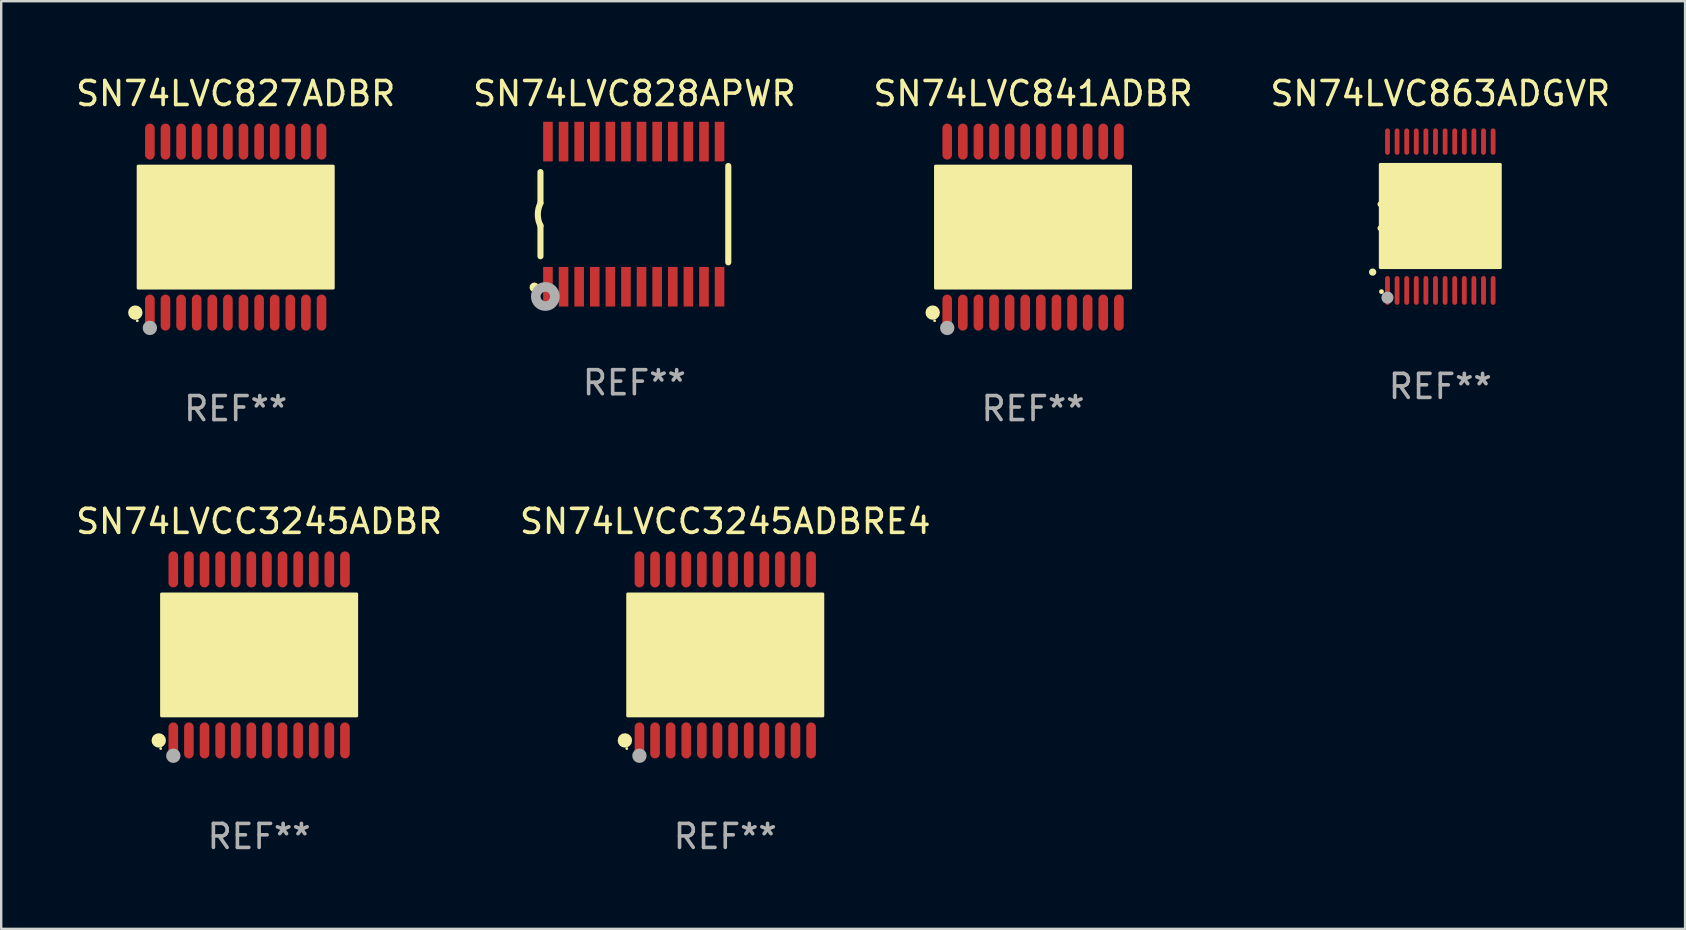
<source format=kicad_pcb>
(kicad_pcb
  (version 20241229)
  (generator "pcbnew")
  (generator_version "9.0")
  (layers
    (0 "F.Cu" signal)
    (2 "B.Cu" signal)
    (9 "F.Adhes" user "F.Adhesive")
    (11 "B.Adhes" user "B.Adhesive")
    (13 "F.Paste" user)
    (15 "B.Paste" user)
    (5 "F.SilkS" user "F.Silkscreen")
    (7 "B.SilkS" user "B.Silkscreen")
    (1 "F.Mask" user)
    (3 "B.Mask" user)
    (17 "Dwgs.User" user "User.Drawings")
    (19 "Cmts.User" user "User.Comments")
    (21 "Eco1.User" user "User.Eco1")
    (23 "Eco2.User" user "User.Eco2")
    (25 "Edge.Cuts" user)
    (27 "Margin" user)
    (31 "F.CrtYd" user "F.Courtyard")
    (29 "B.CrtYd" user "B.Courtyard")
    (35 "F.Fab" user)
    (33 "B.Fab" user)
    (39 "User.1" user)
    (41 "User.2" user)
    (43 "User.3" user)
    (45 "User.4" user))
  (footprint "SN74LVC841ADBR"
    (layer "F.Cu")
    (at 39.982 6.41)
    (property "Reference" "SN74LVC841ADBR" (at 0 -5.562 0) (layer "F.SilkS") (effects (font (size 1 1) (thickness 0.15))))
    (attr through_hole)
    (fp_circle (center -4.181 3.562) (end -4.031 3.562) (stroke (width 0.3) (type solid)) (fill no) (layer "F.SilkS"))
    (fp_circle (center -4.1 3.9) (end -4.07 3.9) (stroke (width 0.06) (type solid)) (fill no) (layer "F.SilkS"))
    (fp_circle (center -3.575 1.819) (end -3.425 1.819) (stroke (width 0.3) (type solid)) (fill no) (layer "F.SilkS"))
    (fp_poly (pts (xy -4.064 -2.54) (xy 4.064 -2.54) (xy 4.064 2.54) (xy -4.064 2.54)) (stroke (width 0.12) (type solid)) (fill yes) (layer "F.SilkS"))
    (fp_circle (center -3.575 4.2) (end -3.425 4.2) (stroke (width 0.3) (type solid)) (fill no) (layer "F.Fab"))
    (fp_text user "REF**" (at 0 7.562 0) (layer "F.Fab") (effects (font (size 1 1) (thickness 0.15))))
    (pad "1" smd oval (at -3.575 3.562) (size 0.4 1.5) (layers "F.Cu" "F.Mask" "F.Paste"))
    (pad "2" smd oval (at -2.925 3.562) (size 0.4 1.5) (layers "F.Cu" "F.Mask" "F.Paste"))
    (pad "3" smd oval (at -2.275 3.562) (size 0.4 1.5) (layers "F.Cu" "F.Mask" "F.Paste"))
    (pad "4" smd oval (at -1.625 3.562) (size 0.4 1.5) (layers "F.Cu" "F.Mask" "F.Paste"))
    (pad "5" smd oval (at -0.975 3.562) (size 0.4 1.5) (layers "F.Cu" "F.Mask" "F.Paste"))
    (pad "6" smd oval (at -0.325 3.562) (size 0.4 1.5) (layers "F.Cu" "F.Mask" "F.Paste"))
    (pad "7" smd oval (at 0.325 3.562) (size 0.4 1.5) (layers "F.Cu" "F.Mask" "F.Paste"))
    (pad "8" smd oval (at 0.975 3.562) (size 0.4 1.5) (layers "F.Cu" "F.Mask" "F.Paste"))
    (pad "9" smd oval (at 1.625 3.562) (size 0.4 1.5) (layers "F.Cu" "F.Mask" "F.Paste"))
    (pad "10" smd oval (at 2.275 3.562) (size 0.4 1.5) (layers "F.Cu" "F.Mask" "F.Paste"))
    (pad "11" smd oval (at 2.925 3.562) (size 0.4 1.5) (layers "F.Cu" "F.Mask" "F.Paste"))
    (pad "12" smd oval (at 3.575 3.562) (size 0.4 1.5) (layers "F.Cu" "F.Mask" "F.Paste"))
    (pad "13" smd oval (at 3.575 -3.562) (size 0.4 1.5) (layers "F.Cu" "F.Mask" "F.Paste"))
    (pad "14" smd oval (at 2.925 -3.562) (size 0.4 1.5) (layers "F.Cu" "F.Mask" "F.Paste"))
    (pad "15" smd oval (at 2.275 -3.562) (size 0.4 1.5) (layers "F.Cu" "F.Mask" "F.Paste"))
    (pad "16" smd oval (at 1.625 -3.562) (size 0.4 1.5) (layers "F.Cu" "F.Mask" "F.Paste"))
    (pad "17" smd oval (at 0.975 -3.562) (size 0.4 1.5) (layers "F.Cu" "F.Mask" "F.Paste"))
    (pad "18" smd oval (at 0.325 -3.562) (size 0.4 1.5) (layers "F.Cu" "F.Mask" "F.Paste"))
    (pad "19" smd oval (at -0.325 -3.562) (size 0.4 1.5) (layers "F.Cu" "F.Mask" "F.Paste"))
    (pad "20" smd oval (at -0.975 -3.562) (size 0.4 1.5) (layers "F.Cu" "F.Mask" "F.Paste"))
    (pad "21" smd oval (at -1.625 -3.562) (size 0.4 1.5) (layers "F.Cu" "F.Mask" "F.Paste"))
    (pad "22" smd oval (at -2.275 -3.562) (size 0.4 1.5) (layers "F.Cu" "F.Mask" "F.Paste"))
    (pad "23" smd oval (at -2.925 -3.562) (size 0.4 1.5) (layers "F.Cu" "F.Mask" "F.Paste"))
    (pad "24" smd oval (at -3.575 -3.562) (size 0.4 1.5) (layers "F.Cu" "F.Mask" "F.Paste")))
  (footprint "SN74LVC863ADGVR"
    (layer "F.Cu")
    (at 56.946 5.948)
    (property "Reference" "SN74LVC863ADGVR" (at 0 -5.1 0) (layer "F.SilkS") (effects (font (size 1 1) (thickness 0.15))))
    (attr through_hole)
    (fp_arc (start -2.819355 2.336703) (mid -2.818085 2.336698) (end -2.816815 2.336703) (stroke (width 0.3) (type solid)) (layer "F.SilkS"))
    (fp_arc (start -2.489154 -0.492863) (mid -1.989154 0.007518) (end -2.489154 0.507899) (stroke (width 0.254001) (type solid)) (layer "F.SilkS"))
    (fp_circle (center -2.45 3.15) (end -2.4 3.15) (stroke (width 0.1) (type solid)) (fill no) (layer "F.SilkS"))
    (fp_poly (pts (xy -2.5 -2.15) (xy 2.5 -2.15) (xy 2.5 2.15) (xy -2.5 2.15)) (stroke (width 0.12) (type solid)) (fill yes) (layer "F.SilkS"))
    (fp_circle (center -2.2 3.4) (end -2.073 3.4) (stroke (width 0.254) (type solid)) (fill no) (layer "F.Fab"))
    (fp_text user "REF**" (at 0 7.1 0) (layer "F.Fab") (effects (font (size 1 1) (thickness 0.15))))
    (pad "1" smd oval (at -2.2 3.1 180) (size 0.2 1.2) (layers "F.Cu" "F.Mask" "F.Paste"))
    (pad "2" smd oval (at -1.8 3.1 180) (size 0.2 1.2) (layers "F.Cu" "F.Mask" "F.Paste"))
    (pad "3" smd oval (at -1.4 3.1 180) (size 0.2 1.2) (layers "F.Cu" "F.Mask" "F.Paste"))
    (pad "4" smd oval (at -1 3.1 180) (size 0.2 1.2) (layers "F.Cu" "F.Mask" "F.Paste"))
    (pad "5" smd oval (at -0.6 3.1 180) (size 0.2 1.2) (layers "F.Cu" "F.Mask" "F.Paste"))
    (pad "6" smd oval (at -0.2 3.1 180) (size 0.2 1.2) (layers "F.Cu" "F.Mask" "F.Paste"))
    (pad "7" smd oval (at 0.2 3.1 180) (size 0.2 1.2) (layers "F.Cu" "F.Mask" "F.Paste"))
    (pad "8" smd oval (at 0.6 3.1 180) (size 0.2 1.2) (layers "F.Cu" "F.Mask" "F.Paste"))
    (pad "9" smd oval (at 1 3.1 180) (size 0.2 1.2) (layers "F.Cu" "F.Mask" "F.Paste"))
    (pad "10" smd oval (at 1.4 3.1 180) (size 0.2 1.2) (layers "F.Cu" "F.Mask" "F.Paste"))
    (pad "11" smd oval (at 1.8 3.1 180) (size 0.2 1.2) (layers "F.Cu" "F.Mask" "F.Paste"))
    (pad "12" smd oval (at 2.2 3.1 180) (size 0.2 1.2) (layers "F.Cu" "F.Mask" "F.Paste"))
    (pad "13" smd oval (at 2.2 -3.1 180) (size 0.2 1.1) (layers "F.Cu" "F.Mask" "F.Paste"))
    (pad "14" smd oval (at 1.8 -3.1 180) (size 0.2 1.1) (layers "F.Cu" "F.Mask" "F.Paste"))
    (pad "15" smd oval (at 1.4 -3.1 180) (size 0.2 1.1) (layers "F.Cu" "F.Mask" "F.Paste"))
    (pad "16" smd oval (at 1 -3.1 180) (size 0.2 1.1) (layers "F.Cu" "F.Mask" "F.Paste"))
    (pad "17" smd oval (at 0.6 -3.1 180) (size 0.2 1.1) (layers "F.Cu" "F.Mask" "F.Paste"))
    (pad "18" smd oval (at 0.2 -3.1 180) (size 0.2 1.1) (layers "F.Cu" "F.Mask" "F.Paste"))
    (pad "19" smd oval (at -0.2 -3.1 180) (size 0.2 1.1) (layers "F.Cu" "F.Mask" "F.Paste"))
    (pad "20" smd oval (at -0.6 -3.1 180) (size 0.2 1.1) (layers "F.Cu" "F.Mask" "F.Paste"))
    (pad "21" smd oval (at -1 -3.1 180) (size 0.2 1.1) (layers "F.Cu" "F.Mask" "F.Paste"))
    (pad "22" smd oval (at -1.4 -3.1 180) (size 0.2 1.1) (layers "F.Cu" "F.Mask" "F.Paste"))
    (pad "23" smd oval (at -1.8 -3.1 180) (size 0.2 1.1) (layers "F.Cu" "F.Mask" "F.Paste"))
    (pad "24" smd oval (at -2.2 -3.1 180) (size 0.2 1.1) (layers "F.Cu" "F.Mask" "F.Paste")))
  (footprint "SN74LVCC3245ADBR"
    (layer "F.Cu")
    (at 7.744 24.231)
    (property "Reference" "SN74LVCC3245ADBR" (at 0 -5.562 0) (layer "F.SilkS") (effects (font (size 1 1) (thickness 0.15))))
    (attr through_hole)
    (fp_circle (center -4.181 3.562) (end -4.031 3.562) (stroke (width 0.3) (type solid)) (fill no) (layer "F.SilkS"))
    (fp_circle (center -4.1 3.9) (end -4.07 3.9) (stroke (width 0.06) (type solid)) (fill no) (layer "F.SilkS"))
    (fp_circle (center -3.575 1.819) (end -3.425 1.819) (stroke (width 0.3) (type solid)) (fill no) (layer "F.SilkS"))
    (fp_poly (pts (xy -4.064 -2.54) (xy 4.064 -2.54) (xy 4.064 2.54) (xy -4.064 2.54)) (stroke (width 0.12) (type solid)) (fill yes) (layer "F.SilkS"))
    (fp_circle (center -3.575 4.2) (end -3.425 4.2) (stroke (width 0.3) (type solid)) (fill no) (layer "F.Fab"))
    (fp_text user "REF**" (at 0 7.562 0) (layer "F.Fab") (effects (font (size 1 1) (thickness 0.15))))
    (pad "1" smd oval (at -3.575 3.562) (size 0.4 1.5) (layers "F.Cu" "F.Mask" "F.Paste"))
    (pad "2" smd oval (at -2.925 3.562) (size 0.4 1.5) (layers "F.Cu" "F.Mask" "F.Paste"))
    (pad "3" smd oval (at -2.275 3.562) (size 0.4 1.5) (layers "F.Cu" "F.Mask" "F.Paste"))
    (pad "4" smd oval (at -1.625 3.562) (size 0.4 1.5) (layers "F.Cu" "F.Mask" "F.Paste"))
    (pad "5" smd oval (at -0.975 3.562) (size 0.4 1.5) (layers "F.Cu" "F.Mask" "F.Paste"))
    (pad "6" smd oval (at -0.325 3.562) (size 0.4 1.5) (layers "F.Cu" "F.Mask" "F.Paste"))
    (pad "7" smd oval (at 0.325 3.562) (size 0.4 1.5) (layers "F.Cu" "F.Mask" "F.Paste"))
    (pad "8" smd oval (at 0.975 3.562) (size 0.4 1.5) (layers "F.Cu" "F.Mask" "F.Paste"))
    (pad "9" smd oval (at 1.625 3.562) (size 0.4 1.5) (layers "F.Cu" "F.Mask" "F.Paste"))
    (pad "10" smd oval (at 2.275 3.562) (size 0.4 1.5) (layers "F.Cu" "F.Mask" "F.Paste"))
    (pad "11" smd oval (at 2.925 3.562) (size 0.4 1.5) (layers "F.Cu" "F.Mask" "F.Paste"))
    (pad "12" smd oval (at 3.575 3.562) (size 0.4 1.5) (layers "F.Cu" "F.Mask" "F.Paste"))
    (pad "13" smd oval (at 3.575 -3.562) (size 0.4 1.5) (layers "F.Cu" "F.Mask" "F.Paste"))
    (pad "14" smd oval (at 2.925 -3.562) (size 0.4 1.5) (layers "F.Cu" "F.Mask" "F.Paste"))
    (pad "15" smd oval (at 2.275 -3.562) (size 0.4 1.5) (layers "F.Cu" "F.Mask" "F.Paste"))
    (pad "16" smd oval (at 1.625 -3.562) (size 0.4 1.5) (layers "F.Cu" "F.Mask" "F.Paste"))
    (pad "17" smd oval (at 0.975 -3.562) (size 0.4 1.5) (layers "F.Cu" "F.Mask" "F.Paste"))
    (pad "18" smd oval (at 0.325 -3.562) (size 0.4 1.5) (layers "F.Cu" "F.Mask" "F.Paste"))
    (pad "19" smd oval (at -0.325 -3.562) (size 0.4 1.5) (layers "F.Cu" "F.Mask" "F.Paste"))
    (pad "20" smd oval (at -0.975 -3.562) (size 0.4 1.5) (layers "F.Cu" "F.Mask" "F.Paste"))
    (pad "21" smd oval (at -1.625 -3.562) (size 0.4 1.5) (layers "F.Cu" "F.Mask" "F.Paste"))
    (pad "22" smd oval (at -2.275 -3.562) (size 0.4 1.5) (layers "F.Cu" "F.Mask" "F.Paste"))
    (pad "23" smd oval (at -2.925 -3.562) (size 0.4 1.5) (layers "F.Cu" "F.Mask" "F.Paste"))
    (pad "24" smd oval (at -3.575 -3.562) (size 0.4 1.5) (layers "F.Cu" "F.Mask" "F.Paste")))
  (footprint "SN74LVC827ADBR"
    (layer "F.Cu")
    (at 6.768 6.41)
    (property "Reference" "SN74LVC827ADBR" (at 0 -5.562 0) (layer "F.SilkS") (effects (font (size 1 1) (thickness 0.15))))
    (attr through_hole)
    (fp_circle (center -4.181 3.562) (end -4.031 3.562) (stroke (width 0.3) (type solid)) (fill no) (layer "F.SilkS"))
    (fp_circle (center -4.1 3.9) (end -4.07 3.9) (stroke (width 0.06) (type solid)) (fill no) (layer "F.SilkS"))
    (fp_circle (center -3.575 1.819) (end -3.425 1.819) (stroke (width 0.3) (type solid)) (fill no) (layer "F.SilkS"))
    (fp_poly (pts (xy -4.064 -2.54) (xy 4.064 -2.54) (xy 4.064 2.54) (xy -4.064 2.54)) (stroke (width 0.12) (type solid)) (fill yes) (layer "F.SilkS"))
    (fp_circle (center -3.575 4.2) (end -3.425 4.2) (stroke (width 0.3) (type solid)) (fill no) (layer "F.Fab"))
    (fp_text user "REF**" (at 0 7.562 0) (layer "F.Fab") (effects (font (size 1 1) (thickness 0.15))))
    (pad "1" smd oval (at -3.575 3.562) (size 0.4 1.5) (layers "F.Cu" "F.Mask" "F.Paste"))
    (pad "2" smd oval (at -2.925 3.562) (size 0.4 1.5) (layers "F.Cu" "F.Mask" "F.Paste"))
    (pad "3" smd oval (at -2.275 3.562) (size 0.4 1.5) (layers "F.Cu" "F.Mask" "F.Paste"))
    (pad "4" smd oval (at -1.625 3.562) (size 0.4 1.5) (layers "F.Cu" "F.Mask" "F.Paste"))
    (pad "5" smd oval (at -0.975 3.562) (size 0.4 1.5) (layers "F.Cu" "F.Mask" "F.Paste"))
    (pad "6" smd oval (at -0.325 3.562) (size 0.4 1.5) (layers "F.Cu" "F.Mask" "F.Paste"))
    (pad "7" smd oval (at 0.325 3.562) (size 0.4 1.5) (layers "F.Cu" "F.Mask" "F.Paste"))
    (pad "8" smd oval (at 0.975 3.562) (size 0.4 1.5) (layers "F.Cu" "F.Mask" "F.Paste"))
    (pad "9" smd oval (at 1.625 3.562) (size 0.4 1.5) (layers "F.Cu" "F.Mask" "F.Paste"))
    (pad "10" smd oval (at 2.275 3.562) (size 0.4 1.5) (layers "F.Cu" "F.Mask" "F.Paste"))
    (pad "11" smd oval (at 2.925 3.562) (size 0.4 1.5) (layers "F.Cu" "F.Mask" "F.Paste"))
    (pad "12" smd oval (at 3.575 3.562) (size 0.4 1.5) (layers "F.Cu" "F.Mask" "F.Paste"))
    (pad "13" smd oval (at 3.575 -3.562) (size 0.4 1.5) (layers "F.Cu" "F.Mask" "F.Paste"))
    (pad "14" smd oval (at 2.925 -3.562) (size 0.4 1.5) (layers "F.Cu" "F.Mask" "F.Paste"))
    (pad "15" smd oval (at 2.275 -3.562) (size 0.4 1.5) (layers "F.Cu" "F.Mask" "F.Paste"))
    (pad "16" smd oval (at 1.625 -3.562) (size 0.4 1.5) (layers "F.Cu" "F.Mask" "F.Paste"))
    (pad "17" smd oval (at 0.975 -3.562) (size 0.4 1.5) (layers "F.Cu" "F.Mask" "F.Paste"))
    (pad "18" smd oval (at 0.325 -3.562) (size 0.4 1.5) (layers "F.Cu" "F.Mask" "F.Paste"))
    (pad "19" smd oval (at -0.325 -3.562) (size 0.4 1.5) (layers "F.Cu" "F.Mask" "F.Paste"))
    (pad "20" smd oval (at -0.975 -3.562) (size 0.4 1.5) (layers "F.Cu" "F.Mask" "F.Paste"))
    (pad "21" smd oval (at -1.625 -3.562) (size 0.4 1.5) (layers "F.Cu" "F.Mask" "F.Paste"))
    (pad "22" smd oval (at -2.275 -3.562) (size 0.4 1.5) (layers "F.Cu" "F.Mask" "F.Paste"))
    (pad "23" smd oval (at -2.925 -3.562) (size 0.4 1.5) (layers "F.Cu" "F.Mask" "F.Paste"))
    (pad "24" smd oval (at -3.575 -3.562) (size 0.4 1.5) (layers "F.Cu" "F.Mask" "F.Paste")))
  (footprint "SN74LVC828APWR"
    (layer "F.Cu")
    (at 23.375 5.871)
    (property "Reference" "SN74LVC828APWR" (at 0 -5.023 0) (layer "F.SilkS") (effects (font (size 1 1) (thickness 0.15))))
    (attr through_hole)
    (fp_line (start -3.912 -0.483) (end -3.912 -1.753) (stroke (width 0.254) (type solid)) (layer "F.SilkS"))
    (fp_line (start -3.912 1.753) (end -3.912 0.483) (stroke (width 0.254) (type solid)) (layer "F.SilkS"))
    (fp_line (start 3.912 -2.007) (end 3.912 2.007) (stroke (width 0.254) (type solid)) (layer "F.SilkS"))
    (fp_arc (start -3.911608 0.482601) (mid -4.022537 0.0127) (end -3.911608 -0.457201) (stroke (width 0.254001) (type solid)) (layer "F.SilkS"))
    (fp_circle (center -4.166 3.048) (end -4.066 3.048) (stroke (width 0.2) (type solid)) (fill no) (layer "F.SilkS"))
    (fp_circle (center -3.925 3.186) (end -3.895 3.186) (stroke (width 0.06) (type solid)) (fill no) (layer "F.SilkS"))
    (fp_circle (center -3.708 3.429) (end -3.509 3.429) (stroke (width 0.4) (type solid)) (fill no) (layer "F.Fab"))
    (fp_text user "REF**" (at 0 7.023 0) (layer "F.Fab") (effects (font (size 1 1) (thickness 0.15))))
    (pad "1" smd rect (at -3.6 3.023) (size 0.4 1.65) (layers "F.Cu" "F.Mask" "F.Paste"))
    (pad "2" smd rect (at -2.95 3.023) (size 0.4 1.65) (layers "F.Cu" "F.Mask" "F.Paste"))
    (pad "3" smd rect (at -2.3 3.023) (size 0.4 1.65) (layers "F.Cu" "F.Mask" "F.Paste"))
    (pad "4" smd rect (at -1.65 3.023) (size 0.4 1.65) (layers "F.Cu" "F.Mask" "F.Paste"))
    (pad "5" smd rect (at -1 3.023) (size 0.4 1.65) (layers "F.Cu" "F.Mask" "F.Paste"))
    (pad "6" smd rect (at -0.35 3.023) (size 0.4 1.65) (layers "F.Cu" "F.Mask" "F.Paste"))
    (pad "7" smd rect (at 0.299 3.023) (size 0.4 1.65) (layers "F.Cu" "F.Mask" "F.Paste"))
    (pad "8" smd rect (at 0.95 3.023) (size 0.4 1.65) (layers "F.Cu" "F.Mask" "F.Paste"))
    (pad "9" smd rect (at 1.6 3.023) (size 0.4 1.65) (layers "F.Cu" "F.Mask" "F.Paste"))
    (pad "10" smd rect (at 2.25 3.023) (size 0.4 1.65) (layers "F.Cu" "F.Mask" "F.Paste"))
    (pad "11" smd rect (at 2.9 3.023) (size 0.4 1.65) (layers "F.Cu" "F.Mask" "F.Paste"))
    (pad "12" smd rect (at 3.549 3.023) (size 0.4 1.65) (layers "F.Cu" "F.Mask" "F.Paste"))
    (pad "13" smd rect (at 3.549 -3.023) (size 0.4 1.65) (layers "F.Cu" "F.Mask" "F.Paste"))
    (pad "14" smd rect (at 2.9 -3.023) (size 0.4 1.65) (layers "F.Cu" "F.Mask" "F.Paste"))
    (pad "15" smd rect (at 2.25 -3.023) (size 0.4 1.65) (layers "F.Cu" "F.Mask" "F.Paste"))
    (pad "16" smd rect (at 1.6 -3.023) (size 0.4 1.65) (layers "F.Cu" "F.Mask" "F.Paste"))
    (pad "17" smd rect (at 0.95 -3.023) (size 0.4 1.65) (layers "F.Cu" "F.Mask" "F.Paste"))
    (pad "18" smd rect (at 0.299 -3.023) (size 0.4 1.65) (layers "F.Cu" "F.Mask" "F.Paste"))
    (pad "19" smd rect (at -0.35 -3.023) (size 0.4 1.65) (layers "F.Cu" "F.Mask" "F.Paste"))
    (pad "20" smd rect (at -1 -3.023) (size 0.4 1.65) (layers "F.Cu" "F.Mask" "F.Paste"))
    (pad "21" smd rect (at -1.65 -3.023) (size 0.4 1.65) (layers "F.Cu" "F.Mask" "F.Paste"))
    (pad "22" smd rect (at -2.3 -3.023) (size 0.4 1.65) (layers "F.Cu" "F.Mask" "F.Paste"))
    (pad "23" smd rect (at -2.95 -3.023) (size 0.4 1.65) (layers "F.Cu" "F.Mask" "F.Paste"))
    (pad "24" smd rect (at -3.6 -3.023) (size 0.4 1.65) (layers "F.Cu" "F.Mask" "F.Paste")))
  (footprint "SN74LVCC3245ADBRE4"
    (layer "F.Cu")
    (at 27.161 24.231)
    (property "Reference" "SN74LVCC3245ADBRE4" (at 0 -5.562 0) (layer "F.SilkS") (effects (font (size 1 1) (thickness 0.15))))
    (attr through_hole)
    (fp_circle (center -4.181 3.562) (end -4.031 3.562) (stroke (width 0.3) (type solid)) (fill no) (layer "F.SilkS"))
    (fp_circle (center -4.1 3.9) (end -4.07 3.9) (stroke (width 0.06) (type solid)) (fill no) (layer "F.SilkS"))
    (fp_circle (center -3.575 1.819) (end -3.425 1.819) (stroke (width 0.3) (type solid)) (fill no) (layer "F.SilkS"))
    (fp_poly (pts (xy -4.064 -2.54) (xy 4.064 -2.54) (xy 4.064 2.54) (xy -4.064 2.54)) (stroke (width 0.12) (type solid)) (fill yes) (layer "F.SilkS"))
    (fp_circle (center -3.575 4.2) (end -3.425 4.2) (stroke (width 0.3) (type solid)) (fill no) (layer "F.Fab"))
    (fp_text user "REF**" (at 0 7.562 0) (layer "F.Fab") (effects (font (size 1 1) (thickness 0.15))))
    (pad "1" smd oval (at -3.575 3.562) (size 0.4 1.5) (layers "F.Cu" "F.Mask" "F.Paste"))
    (pad "2" smd oval (at -2.925 3.562) (size 0.4 1.5) (layers "F.Cu" "F.Mask" "F.Paste"))
    (pad "3" smd oval (at -2.275 3.562) (size 0.4 1.5) (layers "F.Cu" "F.Mask" "F.Paste"))
    (pad "4" smd oval (at -1.625 3.562) (size 0.4 1.5) (layers "F.Cu" "F.Mask" "F.Paste"))
    (pad "5" smd oval (at -0.975 3.562) (size 0.4 1.5) (layers "F.Cu" "F.Mask" "F.Paste"))
    (pad "6" smd oval (at -0.325 3.562) (size 0.4 1.5) (layers "F.Cu" "F.Mask" "F.Paste"))
    (pad "7" smd oval (at 0.325 3.562) (size 0.4 1.5) (layers "F.Cu" "F.Mask" "F.Paste"))
    (pad "8" smd oval (at 0.975 3.562) (size 0.4 1.5) (layers "F.Cu" "F.Mask" "F.Paste"))
    (pad "9" smd oval (at 1.625 3.562) (size 0.4 1.5) (layers "F.Cu" "F.Mask" "F.Paste"))
    (pad "10" smd oval (at 2.275 3.562) (size 0.4 1.5) (layers "F.Cu" "F.Mask" "F.Paste"))
    (pad "11" smd oval (at 2.925 3.562) (size 0.4 1.5) (layers "F.Cu" "F.Mask" "F.Paste"))
    (pad "12" smd oval (at 3.575 3.562) (size 0.4 1.5) (layers "F.Cu" "F.Mask" "F.Paste"))
    (pad "13" smd oval (at 3.575 -3.562) (size 0.4 1.5) (layers "F.Cu" "F.Mask" "F.Paste"))
    (pad "14" smd oval (at 2.925 -3.562) (size 0.4 1.5) (layers "F.Cu" "F.Mask" "F.Paste"))
    (pad "15" smd oval (at 2.275 -3.562) (size 0.4 1.5) (layers "F.Cu" "F.Mask" "F.Paste"))
    (pad "16" smd oval (at 1.625 -3.562) (size 0.4 1.5) (layers "F.Cu" "F.Mask" "F.Paste"))
    (pad "17" smd oval (at 0.975 -3.562) (size 0.4 1.5) (layers "F.Cu" "F.Mask" "F.Paste"))
    (pad "18" smd oval (at 0.325 -3.562) (size 0.4 1.5) (layers "F.Cu" "F.Mask" "F.Paste"))
    (pad "19" smd oval (at -0.325 -3.562) (size 0.4 1.5) (layers "F.Cu" "F.Mask" "F.Paste"))
    (pad "20" smd oval (at -0.975 -3.562) (size 0.4 1.5) (layers "F.Cu" "F.Mask" "F.Paste"))
    (pad "21" smd oval (at -1.625 -3.562) (size 0.4 1.5) (layers "F.Cu" "F.Mask" "F.Paste"))
    (pad "22" smd oval (at -2.275 -3.562) (size 0.4 1.5) (layers "F.Cu" "F.Mask" "F.Paste"))
    (pad "23" smd oval (at -2.925 -3.562) (size 0.4 1.5) (layers "F.Cu" "F.Mask" "F.Paste"))
    (pad "24" smd oval (at -3.575 -3.562) (size 0.4 1.5) (layers "F.Cu" "F.Mask" "F.Paste")))
  (gr_rect
    (start -3 -3)
    (end 67.143 35.641)
    (stroke (width 0.1) (type default))
    (fill no)
    (layer "Edge.Cuts")))
</source>
